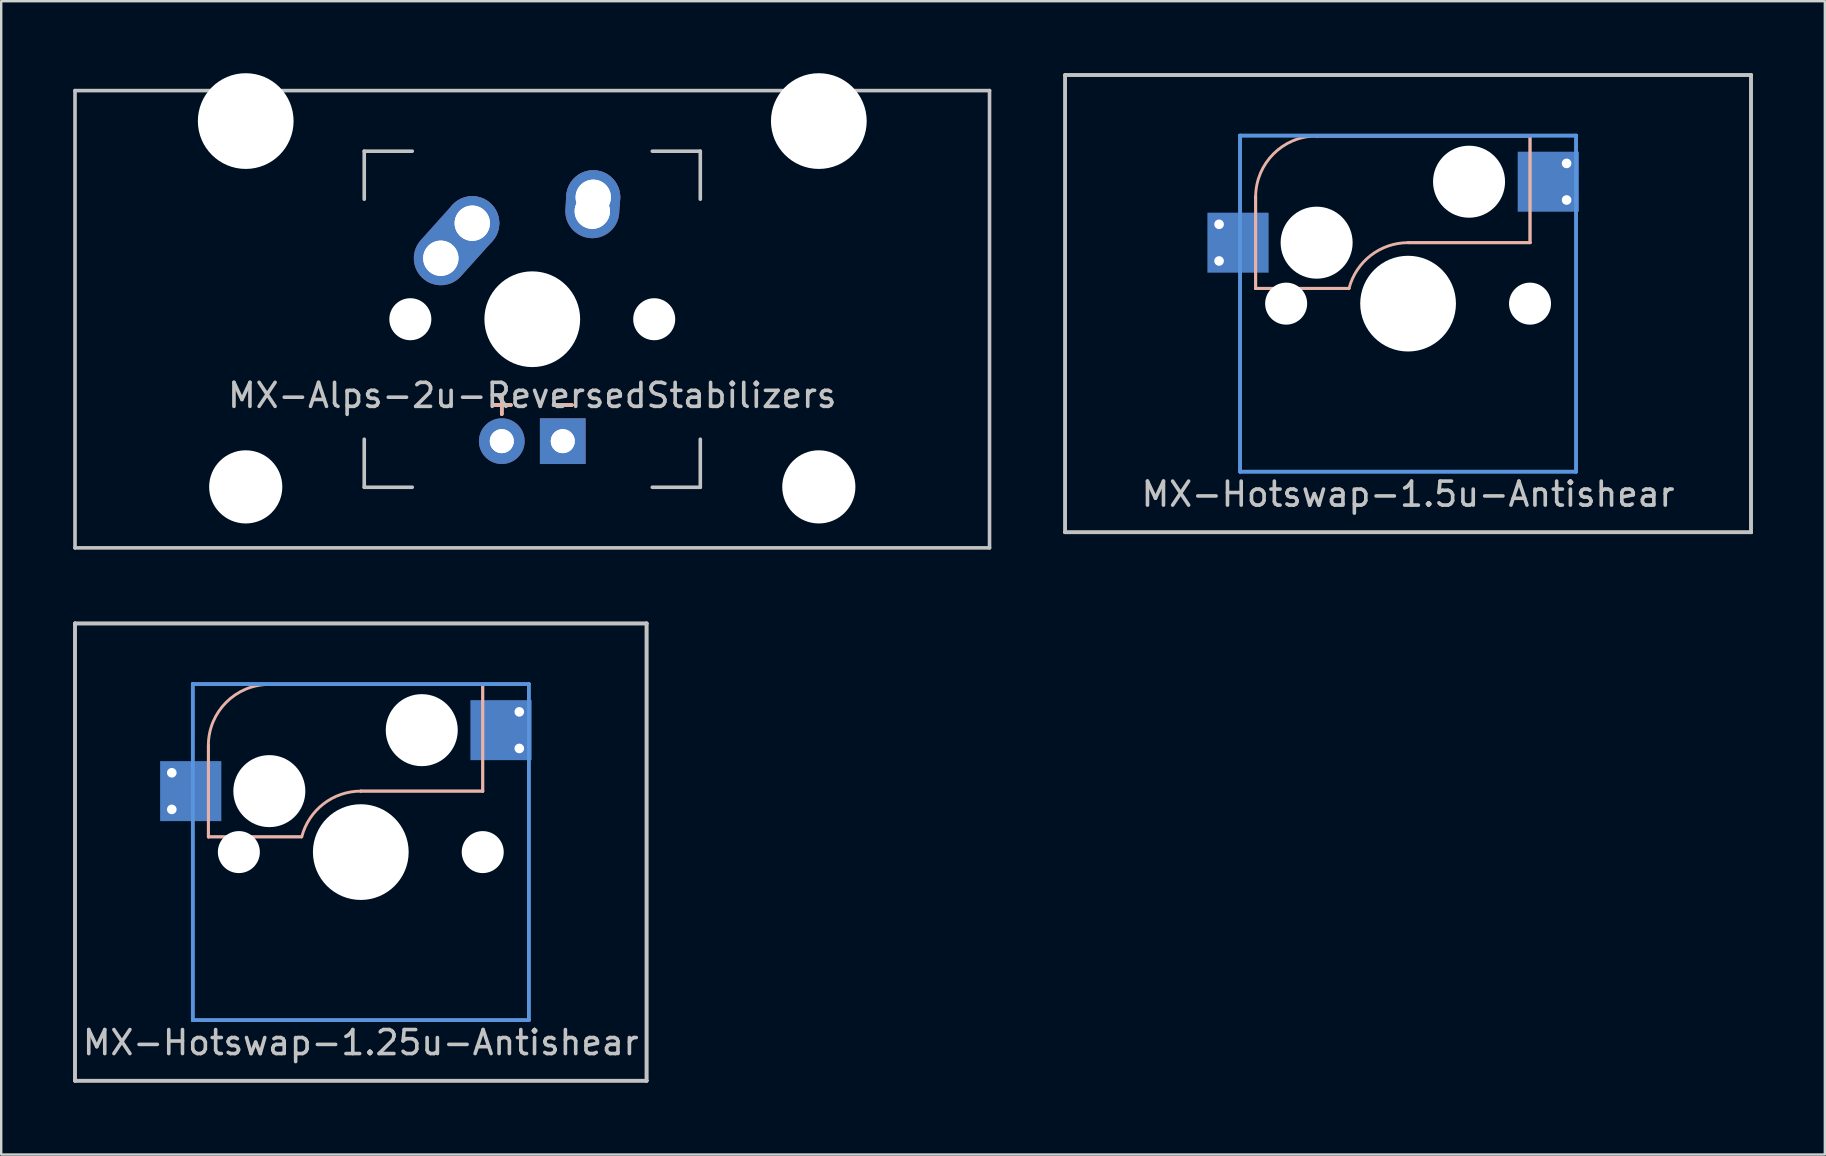
<source format=kicad_pcb>
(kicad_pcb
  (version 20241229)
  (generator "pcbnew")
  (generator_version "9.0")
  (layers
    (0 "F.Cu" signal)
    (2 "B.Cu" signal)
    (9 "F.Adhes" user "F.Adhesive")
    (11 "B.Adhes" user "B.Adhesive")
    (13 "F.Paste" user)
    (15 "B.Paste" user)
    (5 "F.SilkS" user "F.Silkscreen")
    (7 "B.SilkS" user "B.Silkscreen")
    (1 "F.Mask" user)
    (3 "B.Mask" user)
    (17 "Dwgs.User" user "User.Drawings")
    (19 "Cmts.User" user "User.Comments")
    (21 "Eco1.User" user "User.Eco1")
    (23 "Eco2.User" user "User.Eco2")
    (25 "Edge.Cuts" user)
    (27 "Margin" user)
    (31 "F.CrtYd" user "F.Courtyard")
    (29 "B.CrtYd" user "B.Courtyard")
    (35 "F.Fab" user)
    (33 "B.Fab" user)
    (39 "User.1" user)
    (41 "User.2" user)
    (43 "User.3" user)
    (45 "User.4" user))
  (footprint "MX-Hotswap-1.25u-Antishear"
    (layer "F.Cu")
    (at 11.981 32.449)
    (property "Reference" "MX-Hotswap-1.25u-Antishear" (at 0 7.938 0) (layer "Dwgs.User") (effects (font (size 1 1) (thickness 0.15))))
    (attr through_hole)
    (fp_line (start -6.35 -4.445) (end -6.35 -4.445) (stroke (width 0.12) (type solid)) (layer "B.SilkS"))
    (fp_line (start -6.35 -4.445) (end -6.35 -0.635) (stroke (width 0.12) (type solid)) (layer "B.SilkS"))
    (fp_line (start -6.35 -0.635) (end -6.35 -4.445) (stroke (width 0.12) (type solid)) (layer "B.SilkS"))
    (fp_line (start -6.35 -0.635) (end -6.35 -0.635) (stroke (width 0.12) (type solid)) (layer "B.SilkS"))
    (fp_line (start -6.35 -0.635) (end -6.35 -0.635) (stroke (width 0.12) (type solid)) (layer "B.SilkS"))
    (fp_line (start -6.35 -0.635) (end -2.464 -0.635) (stroke (width 0.12) (type solid)) (layer "B.SilkS"))
    (fp_line (start -3.81 -6.985) (end -3.81 -6.985) (stroke (width 0.12) (type solid)) (layer "B.SilkS"))
    (fp_line (start -3.81 -6.985) (end 5.08 -6.985) (stroke (width 0.12) (type solid)) (layer "B.SilkS"))
    (fp_line (start -2.464 -0.635) (end -6.35 -0.635) (stroke (width 0.12) (type solid)) (layer "B.SilkS"))
    (fp_line (start -2.464 -0.635) (end -2.464 -0.635) (stroke (width 0.12) (type solid)) (layer "B.SilkS"))
    (fp_line (start 0 -2.54) (end 0 -2.54) (stroke (width 0.12) (type solid)) (layer "B.SilkS"))
    (fp_line (start 0 -2.54) (end 5.08 -2.54) (stroke (width 0.12) (type solid)) (layer "B.SilkS"))
    (fp_line (start 5.08 -6.985) (end -3.81 -6.985) (stroke (width 0.12) (type solid)) (layer "B.SilkS"))
    (fp_line (start 5.08 -6.985) (end 5.08 -6.985) (stroke (width 0.12) (type solid)) (layer "B.SilkS"))
    (fp_line (start 5.08 -6.985) (end 5.08 -6.985) (stroke (width 0.12) (type solid)) (layer "B.SilkS"))
    (fp_line (start 5.08 -6.985) (end 5.08 -2.54) (stroke (width 0.12) (type solid)) (layer "B.SilkS"))
    (fp_line (start 5.08 -2.54) (end 0 -2.54) (stroke (width 0.12) (type solid)) (layer "B.SilkS"))
    (fp_line (start 5.08 -2.54) (end 5.08 -6.985) (stroke (width 0.12) (type solid)) (layer "B.SilkS"))
    (fp_line (start 5.08 -2.54) (end 5.08 -2.54) (stroke (width 0.12) (type solid)) (layer "B.SilkS"))
    (fp_line (start 5.08 -2.54) (end 5.08 -2.54) (stroke (width 0.12) (type solid)) (layer "B.SilkS"))
    (fp_arc (start -6.35 -4.445) (mid -5.606051 -6.241051) (end -3.81 -6.985) (stroke (width 0.12) (type solid)) (layer "B.SilkS"))
    (fp_arc (start -2.457981 -0.640256) (mid -1.553279 -2.009707) (end 0 -2.54) (stroke (width 0.12) (type solid)) (layer "B.SilkS"))
    (fp_line (start -11.906 -9.525) (end -11.906 -9.525) (stroke (width 0.15) (type solid)) (layer "Dwgs.User"))
    (fp_line (start -11.906 -9.525) (end -11.906 -9.525) (stroke (width 0.15) (type solid)) (layer "Dwgs.User"))
    (fp_line (start -11.906 -9.525) (end -11.906 9.525) (stroke (width 0.15) (type solid)) (layer "Dwgs.User"))
    (fp_line (start -11.906 -9.525) (end 11.906 -9.525) (stroke (width 0.15) (type solid)) (layer "Dwgs.User"))
    (fp_line (start -11.906 9.525) (end -11.906 -9.525) (stroke (width 0.15) (type solid)) (layer "Dwgs.User"))
    (fp_line (start -11.906 9.525) (end -11.906 9.525) (stroke (width 0.15) (type solid)) (layer "Dwgs.User"))
    (fp_line (start -11.906 9.525) (end -11.906 9.525) (stroke (width 0.15) (type solid)) (layer "Dwgs.User"))
    (fp_line (start -11.906 9.525) (end 11.906 9.525) (stroke (width 0.15) (type solid)) (layer "Dwgs.User"))
    (fp_line (start 11.906 -9.525) (end -11.906 -9.525) (stroke (width 0.15) (type solid)) (layer "Dwgs.User"))
    (fp_line (start 11.906 -9.525) (end 11.906 -9.525) (stroke (width 0.15) (type solid)) (layer "Dwgs.User"))
    (fp_line (start 11.906 -9.525) (end 11.906 -9.525) (stroke (width 0.15) (type solid)) (layer "Dwgs.User"))
    (fp_line (start 11.906 -9.525) (end 11.906 9.525) (stroke (width 0.15) (type solid)) (layer "Dwgs.User"))
    (fp_line (start 11.906 9.525) (end -11.906 9.525) (stroke (width 0.15) (type solid)) (layer "Dwgs.User"))
    (fp_line (start 11.906 9.525) (end 11.906 -9.525) (stroke (width 0.15) (type solid)) (layer "Dwgs.User"))
    (fp_line (start 11.906 9.525) (end 11.906 9.525) (stroke (width 0.15) (type solid)) (layer "Dwgs.User"))
    (fp_line (start 11.906 9.525) (end 11.906 9.525) (stroke (width 0.15) (type solid)) (layer "Dwgs.User"))
    (fp_line (start -7 -7) (end -7 -7) (stroke (width 0.15) (type solid)) (layer "Cmts.User"))
    (fp_line (start -7 -7) (end -7 -7) (stroke (width 0.15) (type solid)) (layer "Cmts.User"))
    (fp_line (start -7 -7) (end -7 7) (stroke (width 0.15) (type solid)) (layer "Cmts.User"))
    (fp_line (start -7 -7) (end 7 -7) (stroke (width 0.15) (type solid)) (layer "Cmts.User"))
    (fp_line (start -7 7) (end -7 -7) (stroke (width 0.15) (type solid)) (layer "Cmts.User"))
    (fp_line (start -7 7) (end -7 7) (stroke (width 0.15) (type solid)) (layer "Cmts.User"))
    (fp_line (start -7 7) (end -7 7) (stroke (width 0.15) (type solid)) (layer "Cmts.User"))
    (fp_line (start -7 7) (end 7 7) (stroke (width 0.15) (type solid)) (layer "Cmts.User"))
    (fp_line (start 7 -7) (end -7 -7) (stroke (width 0.15) (type solid)) (layer "Cmts.User"))
    (fp_line (start 7 -7) (end 7 -7) (stroke (width 0.15) (type solid)) (layer "Cmts.User"))
    (fp_line (start 7 -7) (end 7 -7) (stroke (width 0.15) (type solid)) (layer "Cmts.User"))
    (fp_line (start 7 -7) (end 7 7) (stroke (width 0.15) (type solid)) (layer "Cmts.User"))
    (fp_line (start 7 7) (end -7 7) (stroke (width 0.15) (type solid)) (layer "Cmts.User"))
    (fp_line (start 7 7) (end 7 -7) (stroke (width 0.15) (type solid)) (layer "Cmts.User"))
    (fp_line (start 7 7) (end 7 7) (stroke (width 0.15) (type solid)) (layer "Cmts.User"))
    (fp_line (start 7 7) (end 7 7) (stroke (width 0.15) (type solid)) (layer "Cmts.User"))
    (pad "" np_thru_hole circle (at -5.08 0) (size 1.75 1.75) (drill 1.75) (layers "*.Cu" "*.Mask"))
    (pad "" np_thru_hole circle (at -3.81 -2.54) (size 3 3) (drill 3) (layers "*.Cu" "*.Mask"))
    (pad "" np_thru_hole circle (at 0 0) (size 3.988 3.988) (drill 3.988) (layers "*.Cu" "*.Mask"))
    (pad "" np_thru_hole circle (at 2.54 -5.08) (size 3 3) (drill 3) (layers "*.Cu" "*.Mask"))
    (pad "" np_thru_hole circle (at 5.08 0) (size 1.75 1.75) (drill 1.75) (layers "*.Cu" "*.Mask"))
    (pad "1" thru_hole circle (at -7.874 -3.305) (size 0.8 0.8) (drill 0.4) (layers "*.Cu" "*.Mask"))
    (pad "1" thru_hole circle (at -7.874 -1.778) (size 0.8 0.8) (drill 0.4) (layers "*.Cu" "*.Mask"))
    (pad "1" smd rect (at -7.085 -2.54) (size 2.55 2.5) (layers "B.Cu" "B.Mask" "B.Paste"))
    (pad "2" smd rect (at 5.842 -5.08) (size 2.55 2.5) (layers "B.Cu" "B.Mask" "B.Paste"))
    (pad "2" thru_hole circle (at 6.604 -5.842) (size 0.8 0.8) (drill 0.4) (layers "*.Cu" "*.Mask"))
    (pad "2" thru_hole circle (at 6.604 -4.318) (size 0.8 0.8) (drill 0.4) (layers "*.Cu" "*.Mask")))
  (footprint "MX-Alps-2u-ReversedStabilizers"
    (layer "F.Cu")
    (at 19.125 10.249)
    (property "Reference" "MX-Alps-2u-ReversedStabilizers" (at 0 3.175 0) (layer "Dwgs.User") (effects (font (size 1 1) (thickness 0.15))))
    (attr through_hole)
    (fp_line (start -19.05 -9.525) (end 19.05 -9.525) (stroke (width 0.15) (type solid)) (layer "Dwgs.User"))
    (fp_line (start -19.05 9.525) (end -19.05 -9.525) (stroke (width 0.15) (type solid)) (layer "Dwgs.User"))
    (fp_line (start -19.05 9.525) (end 19.05 9.525) (stroke (width 0.15) (type solid)) (layer "Dwgs.User"))
    (fp_line (start -7 -7) (end -7 -5) (stroke (width 0.15) (type solid)) (layer "Dwgs.User"))
    (fp_line (start -7 5) (end -7 7) (stroke (width 0.15) (type solid)) (layer "Dwgs.User"))
    (fp_line (start -7 7) (end -5 7) (stroke (width 0.15) (type solid)) (layer "Dwgs.User"))
    (fp_line (start -5 -7) (end -7 -7) (stroke (width 0.15) (type solid)) (layer "Dwgs.User"))
    (fp_line (start 5 -7) (end 7 -7) (stroke (width 0.15) (type solid)) (layer "Dwgs.User"))
    (fp_line (start 5 7) (end 7 7) (stroke (width 0.15) (type solid)) (layer "Dwgs.User"))
    (fp_line (start 7 -7) (end 7 -5) (stroke (width 0.15) (type solid)) (layer "Dwgs.User"))
    (fp_line (start 7 7) (end 7 5) (stroke (width 0.15) (type solid)) (layer "Dwgs.User"))
    (fp_line (start 19.05 -9.525) (end 19.05 9.525) (stroke (width 0.15) (type solid)) (layer "Dwgs.User"))
    (fp_text user "-" (at 1.27 3.5 0) (layer "F.SilkS") (effects (font (size 1 1) (thickness 0.15))))
    (fp_text user "+" (at -1.27 3.5 0) (layer "F.SilkS") (effects (font (size 1 1) (thickness 0.15))))
    (fp_text user "+" (at -1.27 3.5 0) (layer "B.SilkS") (effects (font (size 1 1) (thickness 0.15))))
    (fp_text user "-" (at 1.27 3.5 0) (layer "B.SilkS") (effects (font (size 1 1) (thickness 0.15))))
    (pad "" np_thru_hole circle (at -11.938 -8.255) (size 3.988 3.988) (drill 3.988) (layers "*.Cu" "*.Mask"))
    (pad "" np_thru_hole circle (at -11.938 6.985) (size 3.048 3.048) (drill 3.048) (layers "*.Cu" "*.Mask"))
    (pad "" np_thru_hole circle (at -5.08 0 48.1) (size 1.75 1.75) (drill 1.75) (layers "*.Cu" "*.Mask"))
    (pad "" np_thru_hole circle (at 0 0) (size 3.988 3.988) (drill 3.988) (layers "*.Cu" "*.Mask"))
    (pad "" np_thru_hole circle (at 5.08 0 48.1) (size 1.75 1.75) (drill 1.75) (layers "*.Cu" "*.Mask"))
    (pad "" np_thru_hole circle (at 11.938 -8.255) (size 3.988 3.988) (drill 3.988) (layers "*.Cu" "*.Mask"))
    (pad "" np_thru_hole circle (at 11.938 6.985) (size 3.048 3.048) (drill 3.048) (layers "*.Cu" "*.Mask"))
    (pad "1" thru_hole circle (at -3.81 -2.54 48) (size 1.57 1.57) (drill 1.47) (layers "*.Cu" "F.Mask"))
    (pad "1" thru_hole oval (at -3.81 -2.54 48.1) (size 4.212 2.25) (drill 1.47 (offset 0.981 0)) (layers "*.Cu" "B.Mask"))
    (pad "1" thru_hole circle (at -2.5 -4) (size 1.57 1.57) (drill 1.47) (layers "*.Cu" "F.Mask"))
    (pad "1" thru_hole circle (at -2.5 -4) (size 2.25 2.25) (drill 1.47) (layers "*.Cu" "B.Mask"))
    (pad "2" thru_hole oval (at 2.5 -4.5 86) (size 1.57 1.57) (drill 1.47) (layers "*.Cu" "F.Mask"))
    (pad "2" thru_hole oval (at 2.5 -4.5 86.055) (size 2.831 2.25) (drill 1.47 (offset 0.291 0)) (layers "*.Cu" "B.Mask"))
    (pad "2" thru_hole circle (at 2.54 -5.08) (size 1.57 1.57) (drill 1.47) (layers "*.Cu" "F.Mask"))
    (pad "2" thru_hole circle (at 2.54 -5.08) (size 2.25 2.25) (drill 1.47) (layers "*.Cu" "B.Mask"))
    (pad "3" thru_hole circle (at -1.27 5.08) (size 1.1 1.1) (drill 1) (layers "*.Cu" "F.Mask"))
    (pad "3" thru_hole circle (at -1.27 5.08) (size 1.905 1.905) (drill 1) (layers "*.Cu" "B.Mask"))
    (pad "4" thru_hole circle (at 1.27 5.08) (size 1.1 1.1) (drill 1) (layers "*.Cu" "F.Mask"))
    (pad "4" thru_hole rect (at 1.27 5.08) (size 1.905 1.905) (drill 1) (layers "*.Cu" "B.Mask")))
  (footprint "MX-Hotswap-1.5u-Antishear"
    (layer "F.Cu")
    (at 55.612 9.6)
    (property "Reference" "MX-Hotswap-1.5u-Antishear" (at 0 7.938 0) (layer "Dwgs.User") (effects (font (size 1 1) (thickness 0.15))))
    (attr through_hole)
    (fp_line (start -6.35 -4.445) (end -6.35 -4.445) (stroke (width 0.12) (type solid)) (layer "B.SilkS"))
    (fp_line (start -6.35 -4.445) (end -6.35 -0.635) (stroke (width 0.12) (type solid)) (layer "B.SilkS"))
    (fp_line (start -6.35 -0.635) (end -6.35 -4.445) (stroke (width 0.12) (type solid)) (layer "B.SilkS"))
    (fp_line (start -6.35 -0.635) (end -6.35 -0.635) (stroke (width 0.12) (type solid)) (layer "B.SilkS"))
    (fp_line (start -6.35 -0.635) (end -6.35 -0.635) (stroke (width 0.12) (type solid)) (layer "B.SilkS"))
    (fp_line (start -6.35 -0.635) (end -2.464 -0.635) (stroke (width 0.12) (type solid)) (layer "B.SilkS"))
    (fp_line (start -3.81 -6.985) (end -3.81 -6.985) (stroke (width 0.12) (type solid)) (layer "B.SilkS"))
    (fp_line (start -3.81 -6.985) (end 5.08 -6.985) (stroke (width 0.12) (type solid)) (layer "B.SilkS"))
    (fp_line (start -2.464 -0.635) (end -6.35 -0.635) (stroke (width 0.12) (type solid)) (layer "B.SilkS"))
    (fp_line (start -2.464 -0.635) (end -2.464 -0.635) (stroke (width 0.12) (type solid)) (layer "B.SilkS"))
    (fp_line (start 0 -2.54) (end 0 -2.54) (stroke (width 0.12) (type solid)) (layer "B.SilkS"))
    (fp_line (start 0 -2.54) (end 5.08 -2.54) (stroke (width 0.12) (type solid)) (layer "B.SilkS"))
    (fp_line (start 5.08 -6.985) (end -3.81 -6.985) (stroke (width 0.12) (type solid)) (layer "B.SilkS"))
    (fp_line (start 5.08 -6.985) (end 5.08 -6.985) (stroke (width 0.12) (type solid)) (layer "B.SilkS"))
    (fp_line (start 5.08 -6.985) (end 5.08 -6.985) (stroke (width 0.12) (type solid)) (layer "B.SilkS"))
    (fp_line (start 5.08 -6.985) (end 5.08 -2.54) (stroke (width 0.12) (type solid)) (layer "B.SilkS"))
    (fp_line (start 5.08 -2.54) (end 0 -2.54) (stroke (width 0.12) (type solid)) (layer "B.SilkS"))
    (fp_line (start 5.08 -2.54) (end 5.08 -6.985) (stroke (width 0.12) (type solid)) (layer "B.SilkS"))
    (fp_line (start 5.08 -2.54) (end 5.08 -2.54) (stroke (width 0.12) (type solid)) (layer "B.SilkS"))
    (fp_line (start 5.08 -2.54) (end 5.08 -2.54) (stroke (width 0.12) (type solid)) (layer "B.SilkS"))
    (fp_arc (start -6.35 -4.445) (mid -5.606051 -6.241051) (end -3.81 -6.985) (stroke (width 0.12) (type solid)) (layer "B.SilkS"))
    (fp_arc (start -2.457981 -0.640256) (mid -1.553279 -2.009707) (end 0 -2.54) (stroke (width 0.12) (type solid)) (layer "B.SilkS"))
    (fp_line (start -14.287 -9.525) (end -14.287 -9.525) (stroke (width 0.15) (type solid)) (layer "Dwgs.User"))
    (fp_line (start -14.287 -9.525) (end -14.287 -9.525) (stroke (width 0.15) (type solid)) (layer "Dwgs.User"))
    (fp_line (start -14.287 -9.525) (end -14.287 9.525) (stroke (width 0.15) (type solid)) (layer "Dwgs.User"))
    (fp_line (start -14.287 -9.525) (end 14.287 -9.525) (stroke (width 0.15) (type solid)) (layer "Dwgs.User"))
    (fp_line (start -14.287 9.525) (end -14.287 -9.525) (stroke (width 0.15) (type solid)) (layer "Dwgs.User"))
    (fp_line (start -14.287 9.525) (end -14.287 9.525) (stroke (width 0.15) (type solid)) (layer "Dwgs.User"))
    (fp_line (start -14.287 9.525) (end -14.287 9.525) (stroke (width 0.15) (type solid)) (layer "Dwgs.User"))
    (fp_line (start -14.287 9.525) (end 14.287 9.525) (stroke (width 0.15) (type solid)) (layer "Dwgs.User"))
    (fp_line (start 14.287 -9.525) (end -14.287 -9.525) (stroke (width 0.15) (type solid)) (layer "Dwgs.User"))
    (fp_line (start 14.287 -9.525) (end 14.287 -9.525) (stroke (width 0.15) (type solid)) (layer "Dwgs.User"))
    (fp_line (start 14.287 -9.525) (end 14.287 -9.525) (stroke (width 0.15) (type solid)) (layer "Dwgs.User"))
    (fp_line (start 14.287 -9.525) (end 14.287 9.525) (stroke (width 0.15) (type solid)) (layer "Dwgs.User"))
    (fp_line (start 14.287 9.525) (end -14.287 9.525) (stroke (width 0.15) (type solid)) (layer "Dwgs.User"))
    (fp_line (start 14.287 9.525) (end 14.287 -9.525) (stroke (width 0.15) (type solid)) (layer "Dwgs.User"))
    (fp_line (start 14.287 9.525) (end 14.287 9.525) (stroke (width 0.15) (type solid)) (layer "Dwgs.User"))
    (fp_line (start 14.287 9.525) (end 14.287 9.525) (stroke (width 0.15) (type solid)) (layer "Dwgs.User"))
    (fp_line (start -7 -7) (end -7 -7) (stroke (width 0.15) (type solid)) (layer "Cmts.User"))
    (fp_line (start -7 -7) (end -7 -7) (stroke (width 0.15) (type solid)) (layer "Cmts.User"))
    (fp_line (start -7 -7) (end -7 7) (stroke (width 0.15) (type solid)) (layer "Cmts.User"))
    (fp_line (start -7 -7) (end 7 -7) (stroke (width 0.15) (type solid)) (layer "Cmts.User"))
    (fp_line (start -7 7) (end -7 -7) (stroke (width 0.15) (type solid)) (layer "Cmts.User"))
    (fp_line (start -7 7) (end -7 7) (stroke (width 0.15) (type solid)) (layer "Cmts.User"))
    (fp_line (start -7 7) (end -7 7) (stroke (width 0.15) (type solid)) (layer "Cmts.User"))
    (fp_line (start -7 7) (end 7 7) (stroke (width 0.15) (type solid)) (layer "Cmts.User"))
    (fp_line (start 7 -7) (end -7 -7) (stroke (width 0.15) (type solid)) (layer "Cmts.User"))
    (fp_line (start 7 -7) (end 7 -7) (stroke (width 0.15) (type solid)) (layer "Cmts.User"))
    (fp_line (start 7 -7) (end 7 -7) (stroke (width 0.15) (type solid)) (layer "Cmts.User"))
    (fp_line (start 7 -7) (end 7 7) (stroke (width 0.15) (type solid)) (layer "Cmts.User"))
    (fp_line (start 7 7) (end -7 7) (stroke (width 0.15) (type solid)) (layer "Cmts.User"))
    (fp_line (start 7 7) (end 7 -7) (stroke (width 0.15) (type solid)) (layer "Cmts.User"))
    (fp_line (start 7 7) (end 7 7) (stroke (width 0.15) (type solid)) (layer "Cmts.User"))
    (fp_line (start 7 7) (end 7 7) (stroke (width 0.15) (type solid)) (layer "Cmts.User"))
    (pad "" np_thru_hole circle (at -5.08 0) (size 1.75 1.75) (drill 1.75) (layers "*.Cu" "*.Mask"))
    (pad "" np_thru_hole circle (at -3.81 -2.54) (size 3 3) (drill 3) (layers "*.Cu" "*.Mask"))
    (pad "" np_thru_hole circle (at 0 0) (size 3.988 3.988) (drill 3.988) (layers "*.Cu" "*.Mask"))
    (pad "" np_thru_hole circle (at 2.54 -5.08) (size 3 3) (drill 3) (layers "*.Cu" "*.Mask"))
    (pad "" np_thru_hole circle (at 5.08 0) (size 1.75 1.75) (drill 1.75) (layers "*.Cu" "*.Mask"))
    (pad "0" thru_hole circle (at -7.874 -3.305) (size 0.8 0.8) (drill 0.4) (layers "*.Cu" "*.Mask"))
    (pad "0" thru_hole circle (at -7.874 -1.778) (size 0.8 0.8) (drill 0.4) (layers "*.Cu" "*.Mask"))
    (pad "1" smd rect (at -7.085 -2.54) (size 2.55 2.5) (layers "B.Cu" "B.Mask" "B.Paste"))
    (pad "1" thru_hole circle (at 6.604 -5.842) (size 0.8 0.8) (drill 0.4) (layers "*.Cu" "*.Mask"))
    (pad "1" thru_hole circle (at 6.604 -4.318) (size 0.8 0.8) (drill 0.4) (layers "*.Cu" "*.Mask"))
    (pad "2" smd rect (at 5.842 -5.08) (size 2.55 2.5) (layers "B.Cu" "B.Mask" "B.Paste")))
  (gr_rect
    (start -3 -3)
    (end 72.975 45.049)
    (stroke (width 0.1) (type default))
    (fill no)
    (layer "Edge.Cuts")))
</source>
